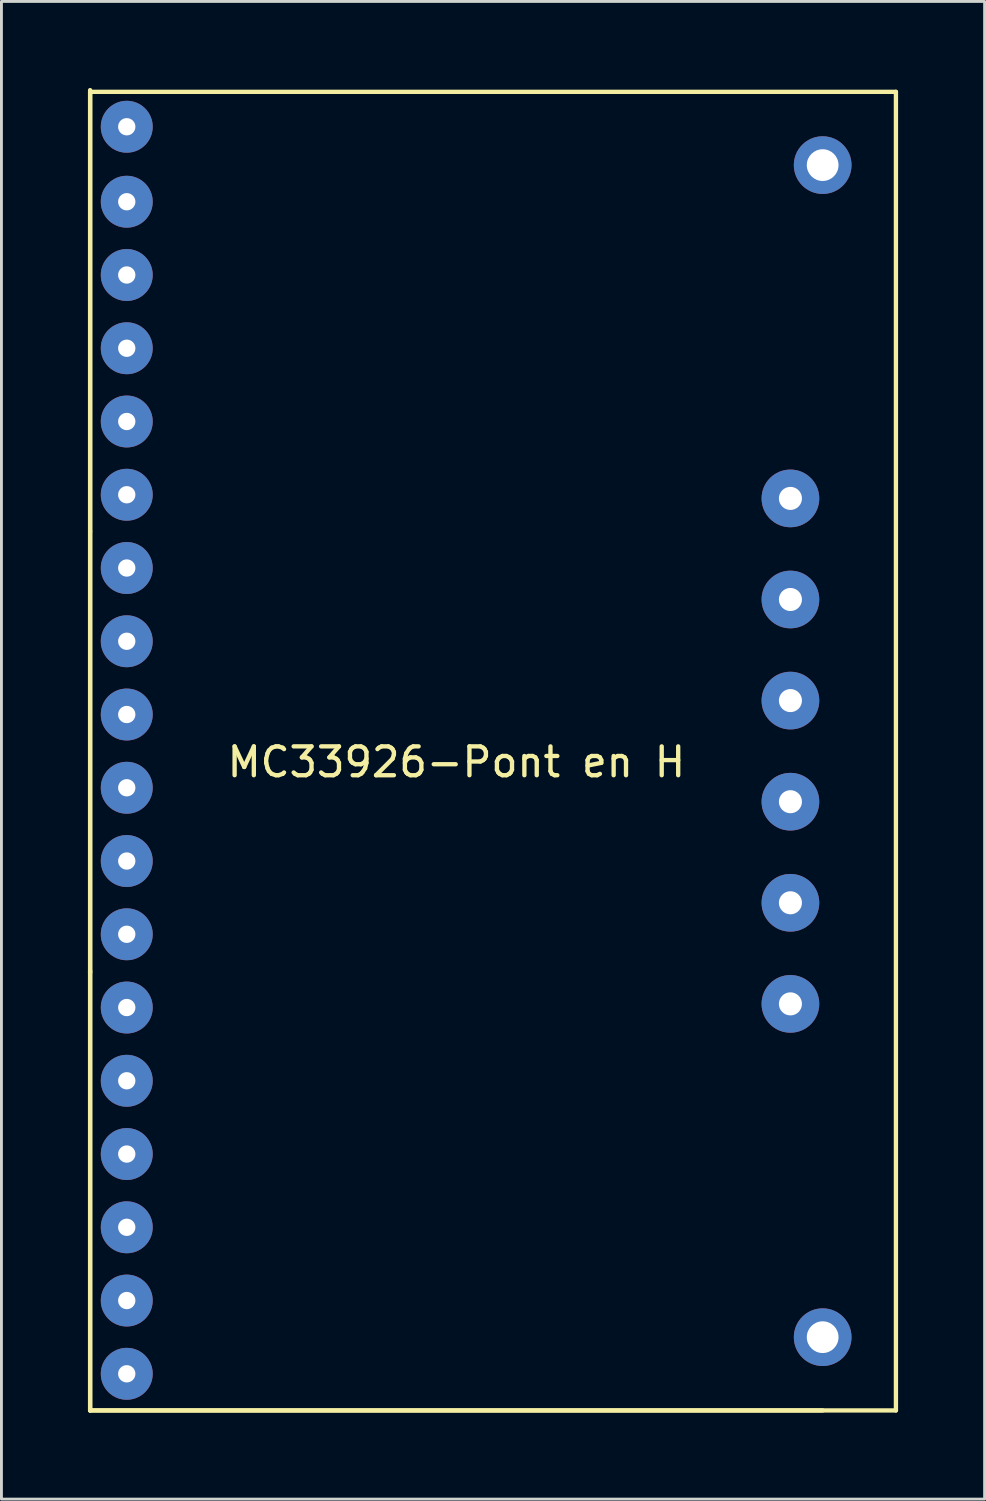
<source format=kicad_pcb>
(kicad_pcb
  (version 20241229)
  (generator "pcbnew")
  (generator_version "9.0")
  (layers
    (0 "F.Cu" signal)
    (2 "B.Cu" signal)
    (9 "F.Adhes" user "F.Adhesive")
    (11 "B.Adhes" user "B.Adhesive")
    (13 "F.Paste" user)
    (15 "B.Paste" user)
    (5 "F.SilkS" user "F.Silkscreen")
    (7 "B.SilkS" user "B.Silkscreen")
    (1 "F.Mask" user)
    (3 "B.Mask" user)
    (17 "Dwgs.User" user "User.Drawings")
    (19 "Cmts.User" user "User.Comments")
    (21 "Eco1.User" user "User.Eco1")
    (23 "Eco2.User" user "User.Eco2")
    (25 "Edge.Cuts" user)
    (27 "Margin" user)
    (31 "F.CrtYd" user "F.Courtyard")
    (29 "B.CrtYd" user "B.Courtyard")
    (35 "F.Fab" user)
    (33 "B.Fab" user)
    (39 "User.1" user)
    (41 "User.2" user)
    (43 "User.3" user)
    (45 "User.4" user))
  (footprint "MC33926-Pont en H"
    (layer "F.Cu")
    (at 12.775 15.375)
    (property "Reference" "MC33926-Pont en H" (at 0 8 0) (layer "F.SilkS") (effects (font (size 1 1) (thickness 0.15))))
    (attr through_hole)
    (fp_line (start -12.7 -15.24) (end 15.24 -15.24) (stroke (width 0.15) (type solid)) (layer "F.SilkS"))
    (fp_line (start -12.7 0) (end -12.7 -15.3) (stroke (width 0.15) (type solid)) (layer "F.SilkS"))
    (fp_line (start -12.7 15.24) (end -12.7 30.48) (stroke (width 0.15) (type solid)) (layer "F.SilkS"))
    (fp_line (start -12.7 15.3) (end -12.7 0) (stroke (width 0.15) (type solid)) (layer "F.SilkS"))
    (fp_line (start -12.7 30.48) (end -12.7 -15.24) (stroke (width 0.15) (type solid)) (layer "F.SilkS"))
    (fp_line (start -12.7 30.48) (end 12.7 30.48) (stroke (width 0.15) (type solid)) (layer "F.SilkS"))
    (fp_line (start 15.24 -15.24) (end 15.24 30.48) (stroke (width 0.15) (type solid)) (layer "F.SilkS"))
    (fp_line (start 15.24 30.48) (end -12.7 30.48) (stroke (width 0.15) (type solid)) (layer "F.SilkS"))
    (pad "" thru_hole circle (at 12.7 -12.7) (size 2 2) (drill 1.1) (layers "*.Cu" "*.Mask"))
    (pad "" thru_hole circle (at 12.7 27.94) (size 2 2) (drill 1.1) (layers "*.Cu" "*.Mask"))
    (pad "1" thru_hole circle (at -11.43 -14.03) (size 1.8 1.8) (drill 0.6) (layers "*.Cu" "*.Mask"))
    (pad "2" thru_hole circle (at -11.43 -11.43) (size 1.8 1.8) (drill 0.6) (layers "*.Cu" "*.Mask"))
    (pad "3" thru_hole circle (at -11.43 -8.89) (size 1.8 1.8) (drill 0.6) (layers "*.Cu" "*.Mask"))
    (pad "4" thru_hole circle (at -11.43 -6.35) (size 1.8 1.8) (drill 0.6) (layers "*.Cu" "*.Mask"))
    (pad "5" thru_hole circle (at -11.43 -3.81) (size 1.8 1.8) (drill 0.6) (layers "*.Cu" "*.Mask"))
    (pad "6" thru_hole circle (at -11.43 -1.27) (size 1.8 1.8) (drill 0.6) (layers "*.Cu" "*.Mask"))
    (pad "7" thru_hole circle (at -11.43 1.27) (size 1.8 1.8) (drill 0.6) (layers "*.Cu" "*.Mask"))
    (pad "8" thru_hole circle (at -11.43 3.81) (size 1.8 1.8) (drill 0.6) (layers "*.Cu" "*.Mask"))
    (pad "9" thru_hole circle (at -11.43 6.35) (size 1.8 1.8) (drill 0.6) (layers "*.Cu" "*.Mask"))
    (pad "10" thru_hole circle (at -11.43 8.89) (size 1.8 1.8) (drill 0.6) (layers "*.Cu" "*.Mask"))
    (pad "11" thru_hole circle (at -11.43 11.43) (size 1.8 1.8) (drill 0.6) (layers "*.Cu" "*.Mask"))
    (pad "12" thru_hole circle (at -11.43 13.97) (size 1.8 1.8) (drill 0.6) (layers "*.Cu" "*.Mask"))
    (pad "13" thru_hole circle (at -11.43 16.51) (size 1.8 1.8) (drill 0.6) (layers "*.Cu" "*.Mask"))
    (pad "14" thru_hole circle (at -11.43 19.05) (size 1.8 1.8) (drill 0.6) (layers "*.Cu" "*.Mask"))
    (pad "15" thru_hole circle (at -11.43 21.59) (size 1.8 1.8) (drill 0.6) (layers "*.Cu" "*.Mask"))
    (pad "16" thru_hole circle (at -11.43 24.13) (size 1.8 1.8) (drill 0.6) (layers "*.Cu" "*.Mask"))
    (pad "17" thru_hole circle (at -11.43 26.67) (size 1.8 1.8) (drill 0.6) (layers "*.Cu" "*.Mask"))
    (pad "18" thru_hole circle (at -11.43 29.21) (size 1.8 1.8) (drill 0.6) (layers "*.Cu" "*.Mask"))
    (pad "19" thru_hole circle (at 11.582 -1.143) (size 2 2) (drill 0.8) (layers "*.Cu" "*.Mask"))
    (pad "20" thru_hole circle (at 11.582 2.362) (size 2 2) (drill 0.8) (layers "*.Cu" "*.Mask"))
    (pad "21" thru_hole circle (at 11.582 5.867) (size 2 2) (drill 0.8) (layers "*.Cu" "*.Mask"))
    (pad "22" thru_hole circle (at 11.582 9.373) (size 2 2) (drill 0.8) (layers "*.Cu" "*.Mask"))
    (pad "23" thru_hole circle (at 11.582 12.878) (size 2 2) (drill 0.8) (layers "*.Cu" "*.Mask"))
    (pad "24" thru_hole circle (at 11.582 16.383) (size 2 2) (drill 0.8) (layers "*.Cu" "*.Mask")))
  (gr_rect
    (start -3 -3)
    (end 31.09 48.93)
    (stroke (width 0.1) (type default))
    (fill no)
    (layer "Edge.Cuts")))
</source>
